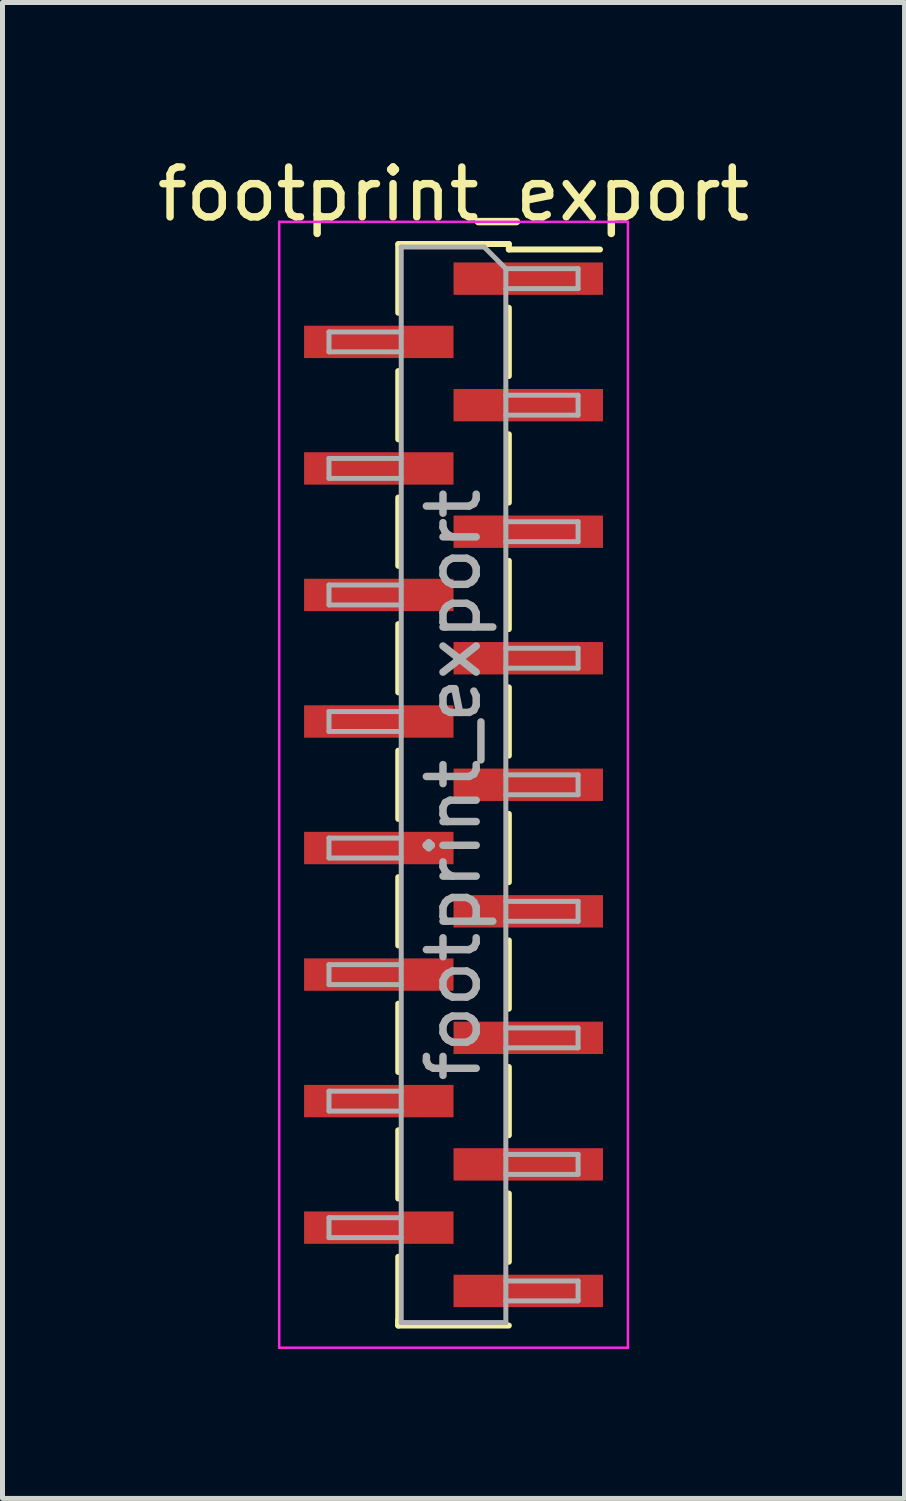
<source format=kicad_pcb>
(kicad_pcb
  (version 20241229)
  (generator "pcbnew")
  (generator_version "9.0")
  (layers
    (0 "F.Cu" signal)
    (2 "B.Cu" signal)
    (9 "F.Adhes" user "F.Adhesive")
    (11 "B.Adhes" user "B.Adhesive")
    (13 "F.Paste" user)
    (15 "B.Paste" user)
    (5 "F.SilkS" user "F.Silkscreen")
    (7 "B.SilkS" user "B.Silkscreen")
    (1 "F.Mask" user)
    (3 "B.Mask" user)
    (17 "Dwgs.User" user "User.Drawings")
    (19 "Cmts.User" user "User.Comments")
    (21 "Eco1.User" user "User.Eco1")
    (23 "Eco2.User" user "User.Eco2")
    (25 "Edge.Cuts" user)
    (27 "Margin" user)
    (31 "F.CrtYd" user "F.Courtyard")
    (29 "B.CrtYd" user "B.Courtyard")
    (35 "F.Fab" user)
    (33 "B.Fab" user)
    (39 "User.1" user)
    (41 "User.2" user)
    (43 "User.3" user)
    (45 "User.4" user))
  (footprint "footprint_export"
    (layer "F.Cu")
    (at 6.054 12.703)
    (property "Reference" "footprint_export" (at 0 -11.855 0) (layer "F.SilkS") (effects (font (size 1 1) (thickness 0.15))))
    (attr smd)
    (fp_line (start -1.11 -10.855) (end 1.11 -10.855) (stroke (width 0.12) (type solid)) (layer "F.SilkS"))
    (fp_line (start -1.11 -10.845) (end -1.11 -9.475) (stroke (width 0.12) (type solid)) (layer "F.SilkS"))
    (fp_line (start -1.11 -8.305) (end -1.11 -6.935) (stroke (width 0.12) (type solid)) (layer "F.SilkS"))
    (fp_line (start -1.11 -5.765) (end -1.11 -4.395) (stroke (width 0.12) (type solid)) (layer "F.SilkS"))
    (fp_line (start -1.11 -3.225) (end -1.11 -1.855) (stroke (width 0.12) (type solid)) (layer "F.SilkS"))
    (fp_line (start -1.11 -0.685) (end -1.11 0.685) (stroke (width 0.12) (type solid)) (layer "F.SilkS"))
    (fp_line (start -1.11 1.855) (end -1.11 3.225) (stroke (width 0.12) (type solid)) (layer "F.SilkS"))
    (fp_line (start -1.11 4.395) (end -1.11 5.765) (stroke (width 0.12) (type solid)) (layer "F.SilkS"))
    (fp_line (start -1.11 6.935) (end -1.11 8.305) (stroke (width 0.12) (type solid)) (layer "F.SilkS"))
    (fp_line (start -1.11 9.475) (end -1.11 10.845) (stroke (width 0.12) (type solid)) (layer "F.SilkS"))
    (fp_line (start -1.11 10.745) (end -1.11 10.855) (stroke (width 0.12) (type solid)) (layer "F.SilkS"))
    (fp_line (start -1.11 10.855) (end 1.11 10.855) (stroke (width 0.12) (type solid)) (layer "F.SilkS"))
    (fp_line (start 1.11 -10.855) (end 1.11 -10.745) (stroke (width 0.12) (type solid)) (layer "F.SilkS"))
    (fp_line (start 1.11 -10.745) (end 2.94 -10.745) (stroke (width 0.12) (type solid)) (layer "F.SilkS"))
    (fp_line (start 1.11 -9.575) (end 1.11 -8.205) (stroke (width 0.12) (type solid)) (layer "F.SilkS"))
    (fp_line (start 1.11 -7.035) (end 1.11 -5.665) (stroke (width 0.12) (type solid)) (layer "F.SilkS"))
    (fp_line (start 1.11 -4.495) (end 1.11 -3.125) (stroke (width 0.12) (type solid)) (layer "F.SilkS"))
    (fp_line (start 1.11 -1.955) (end 1.11 -0.585) (stroke (width 0.12) (type solid)) (layer "F.SilkS"))
    (fp_line (start 1.11 0.585) (end 1.11 1.955) (stroke (width 0.12) (type solid)) (layer "F.SilkS"))
    (fp_line (start 1.11 3.125) (end 1.11 4.495) (stroke (width 0.12) (type solid)) (layer "F.SilkS"))
    (fp_line (start 1.11 5.665) (end 1.11 7.035) (stroke (width 0.12) (type solid)) (layer "F.SilkS"))
    (fp_line (start 1.11 8.205) (end 1.11 9.575) (stroke (width 0.12) (type solid)) (layer "F.SilkS"))
    (fp_line (start -3.5 -11.3) (end -3.5 11.3) (stroke (width 0.05) (type solid)) (layer "F.CrtYd"))
    (fp_line (start -3.5 11.3) (end 3.5 11.3) (stroke (width 0.05) (type solid)) (layer "F.CrtYd"))
    (fp_line (start 3.5 -11.3) (end -3.5 -11.3) (stroke (width 0.05) (type solid)) (layer "F.CrtYd"))
    (fp_line (start 3.5 11.3) (end 3.5 -11.3) (stroke (width 0.05) (type solid)) (layer "F.CrtYd"))
    (fp_line (start -2.5 -9.09) (end -2.5 -8.69) (stroke (width 0.1) (type solid)) (layer "F.Fab"))
    (fp_line (start -2.5 -8.69) (end -1.05 -8.69) (stroke (width 0.1) (type solid)) (layer "F.Fab"))
    (fp_line (start -2.5 -6.55) (end -2.5 -6.15) (stroke (width 0.1) (type solid)) (layer "F.Fab"))
    (fp_line (start -2.5 -6.15) (end -1.05 -6.15) (stroke (width 0.1) (type solid)) (layer "F.Fab"))
    (fp_line (start -2.5 -4.01) (end -2.5 -3.61) (stroke (width 0.1) (type solid)) (layer "F.Fab"))
    (fp_line (start -2.5 -3.61) (end -1.05 -3.61) (stroke (width 0.1) (type solid)) (layer "F.Fab"))
    (fp_line (start -2.5 -1.47) (end -2.5 -1.07) (stroke (width 0.1) (type solid)) (layer "F.Fab"))
    (fp_line (start -2.5 -1.07) (end -1.05 -1.07) (stroke (width 0.1) (type solid)) (layer "F.Fab"))
    (fp_line (start -2.5 1.07) (end -2.5 1.47) (stroke (width 0.1) (type solid)) (layer "F.Fab"))
    (fp_line (start -2.5 1.47) (end -1.05 1.47) (stroke (width 0.1) (type solid)) (layer "F.Fab"))
    (fp_line (start -2.5 3.61) (end -2.5 4.01) (stroke (width 0.1) (type solid)) (layer "F.Fab"))
    (fp_line (start -2.5 4.01) (end -1.05 4.01) (stroke (width 0.1) (type solid)) (layer "F.Fab"))
    (fp_line (start -2.5 6.15) (end -2.5 6.55) (stroke (width 0.1) (type solid)) (layer "F.Fab"))
    (fp_line (start -2.5 6.55) (end -1.05 6.55) (stroke (width 0.1) (type solid)) (layer "F.Fab"))
    (fp_line (start -2.5 8.69) (end -2.5 9.09) (stroke (width 0.1) (type solid)) (layer "F.Fab"))
    (fp_line (start -2.5 9.09) (end -1.05 9.09) (stroke (width 0.1) (type solid)) (layer "F.Fab"))
    (fp_line (start -1.05 -10.795) (end -1.05 10.795) (stroke (width 0.1) (type solid)) (layer "F.Fab"))
    (fp_line (start -1.05 -10.795) (end 0.615 -10.795) (stroke (width 0.1) (type solid)) (layer "F.Fab"))
    (fp_line (start -1.05 -9.09) (end -2.5 -9.09) (stroke (width 0.1) (type solid)) (layer "F.Fab"))
    (fp_line (start -1.05 -6.55) (end -2.5 -6.55) (stroke (width 0.1) (type solid)) (layer "F.Fab"))
    (fp_line (start -1.05 -4.01) (end -2.5 -4.01) (stroke (width 0.1) (type solid)) (layer "F.Fab"))
    (fp_line (start -1.05 -1.47) (end -2.5 -1.47) (stroke (width 0.1) (type solid)) (layer "F.Fab"))
    (fp_line (start -1.05 1.07) (end -2.5 1.07) (stroke (width 0.1) (type solid)) (layer "F.Fab"))
    (fp_line (start -1.05 3.61) (end -2.5 3.61) (stroke (width 0.1) (type solid)) (layer "F.Fab"))
    (fp_line (start -1.05 6.15) (end -2.5 6.15) (stroke (width 0.1) (type solid)) (layer "F.Fab"))
    (fp_line (start -1.05 8.69) (end -2.5 8.69) (stroke (width 0.1) (type solid)) (layer "F.Fab"))
    (fp_line (start 1.05 -10.36) (end 0.615 -10.795) (stroke (width 0.1) (type solid)) (layer "F.Fab"))
    (fp_line (start 1.05 -10.36) (end 2.5 -10.36) (stroke (width 0.1) (type solid)) (layer "F.Fab"))
    (fp_line (start 1.05 -7.82) (end 2.5 -7.82) (stroke (width 0.1) (type solid)) (layer "F.Fab"))
    (fp_line (start 1.05 -5.28) (end 2.5 -5.28) (stroke (width 0.1) (type solid)) (layer "F.Fab"))
    (fp_line (start 1.05 -2.74) (end 2.5 -2.74) (stroke (width 0.1) (type solid)) (layer "F.Fab"))
    (fp_line (start 1.05 -0.2) (end 2.5 -0.2) (stroke (width 0.1) (type solid)) (layer "F.Fab"))
    (fp_line (start 1.05 2.34) (end 2.5 2.34) (stroke (width 0.1) (type solid)) (layer "F.Fab"))
    (fp_line (start 1.05 4.88) (end 2.5 4.88) (stroke (width 0.1) (type solid)) (layer "F.Fab"))
    (fp_line (start 1.05 7.42) (end 2.5 7.42) (stroke (width 0.1) (type solid)) (layer "F.Fab"))
    (fp_line (start 1.05 9.96) (end 2.5 9.96) (stroke (width 0.1) (type solid)) (layer "F.Fab"))
    (fp_line (start 1.05 10.795) (end -1.05 10.795) (stroke (width 0.1) (type solid)) (layer "F.Fab"))
    (fp_line (start 1.05 10.795) (end 1.05 -10.36) (stroke (width 0.1) (type solid)) (layer "F.Fab"))
    (fp_line (start 2.5 -10.36) (end 2.5 -9.96) (stroke (width 0.1) (type solid)) (layer "F.Fab"))
    (fp_line (start 2.5 -9.96) (end 1.05 -9.96) (stroke (width 0.1) (type solid)) (layer "F.Fab"))
    (fp_line (start 2.5 -7.82) (end 2.5 -7.42) (stroke (width 0.1) (type solid)) (layer "F.Fab"))
    (fp_line (start 2.5 -7.42) (end 1.05 -7.42) (stroke (width 0.1) (type solid)) (layer "F.Fab"))
    (fp_line (start 2.5 -5.28) (end 2.5 -4.88) (stroke (width 0.1) (type solid)) (layer "F.Fab"))
    (fp_line (start 2.5 -4.88) (end 1.05 -4.88) (stroke (width 0.1) (type solid)) (layer "F.Fab"))
    (fp_line (start 2.5 -2.74) (end 2.5 -2.34) (stroke (width 0.1) (type solid)) (layer "F.Fab"))
    (fp_line (start 2.5 -2.34) (end 1.05 -2.34) (stroke (width 0.1) (type solid)) (layer "F.Fab"))
    (fp_line (start 2.5 -0.2) (end 2.5 0.2) (stroke (width 0.1) (type solid)) (layer "F.Fab"))
    (fp_line (start 2.5 0.2) (end 1.05 0.2) (stroke (width 0.1) (type solid)) (layer "F.Fab"))
    (fp_line (start 2.5 2.34) (end 2.5 2.74) (stroke (width 0.1) (type solid)) (layer "F.Fab"))
    (fp_line (start 2.5 2.74) (end 1.05 2.74) (stroke (width 0.1) (type solid)) (layer "F.Fab"))
    (fp_line (start 2.5 4.88) (end 2.5 5.28) (stroke (width 0.1) (type solid)) (layer "F.Fab"))
    (fp_line (start 2.5 5.28) (end 1.05 5.28) (stroke (width 0.1) (type solid)) (layer "F.Fab"))
    (fp_line (start 2.5 7.42) (end 2.5 7.82) (stroke (width 0.1) (type solid)) (layer "F.Fab"))
    (fp_line (start 2.5 7.82) (end 1.05 7.82) (stroke (width 0.1) (type solid)) (layer "F.Fab"))
    (fp_line (start 2.5 9.96) (end 2.5 10.36) (stroke (width 0.1) (type solid)) (layer "F.Fab"))
    (fp_line (start 2.5 10.36) (end 1.05 10.36) (stroke (width 0.1) (type solid)) (layer "F.Fab"))
    (fp_text user "${REFERENCE}" (at 0 0 90) (layer "F.Fab") (effects (font (size 1 1) (thickness 0.15))))
    (pad "1" smd rect (at 1.5 -10.16) (size 3 0.65) (layers "F.Cu" "F.Mask" "F.Paste"))
    (pad "2" smd rect (at -1.5 -8.89) (size 3 0.65) (layers "F.Cu" "F.Mask" "F.Paste"))
    (pad "3" smd rect (at 1.5 -7.62) (size 3 0.65) (layers "F.Cu" "F.Mask" "F.Paste"))
    (pad "4" smd rect (at -1.5 -6.35) (size 3 0.65) (layers "F.Cu" "F.Mask" "F.Paste"))
    (pad "5" smd rect (at 1.5 -5.08) (size 3 0.65) (layers "F.Cu" "F.Mask" "F.Paste"))
    (pad "6" smd rect (at -1.5 -3.81) (size 3 0.65) (layers "F.Cu" "F.Mask" "F.Paste"))
    (pad "7" smd rect (at 1.5 -2.54) (size 3 0.65) (layers "F.Cu" "F.Mask" "F.Paste"))
    (pad "8" smd rect (at -1.5 -1.27) (size 3 0.65) (layers "F.Cu" "F.Mask" "F.Paste"))
    (pad "9" smd rect (at 1.5 0) (size 3 0.65) (layers "F.Cu" "F.Mask" "F.Paste"))
    (pad "10" smd rect (at -1.5 1.27) (size 3 0.65) (layers "F.Cu" "F.Mask" "F.Paste"))
    (pad "11" smd rect (at 1.5 2.54) (size 3 0.65) (layers "F.Cu" "F.Mask" "F.Paste"))
    (pad "12" smd rect (at -1.5 3.81) (size 3 0.65) (layers "F.Cu" "F.Mask" "F.Paste"))
    (pad "13" smd rect (at 1.5 5.08) (size 3 0.65) (layers "F.Cu" "F.Mask" "F.Paste"))
    (pad "14" smd rect (at -1.5 6.35) (size 3 0.65) (layers "F.Cu" "F.Mask" "F.Paste"))
    (pad "15" smd rect (at 1.5 7.62) (size 3 0.65) (layers "F.Cu" "F.Mask" "F.Paste"))
    (pad "16" smd rect (at -1.5 8.89) (size 3 0.65) (layers "F.Cu" "F.Mask" "F.Paste"))
    (pad "17" smd rect (at 1.5 10.16) (size 3 0.65) (layers "F.Cu" "F.Mask" "F.Paste")))
  (gr_rect
    (start -3 -3)
    (end 15.107 27.028)
    (stroke (width 0.1) (type default))
    (fill no)
    (layer "Edge.Cuts")))
</source>
